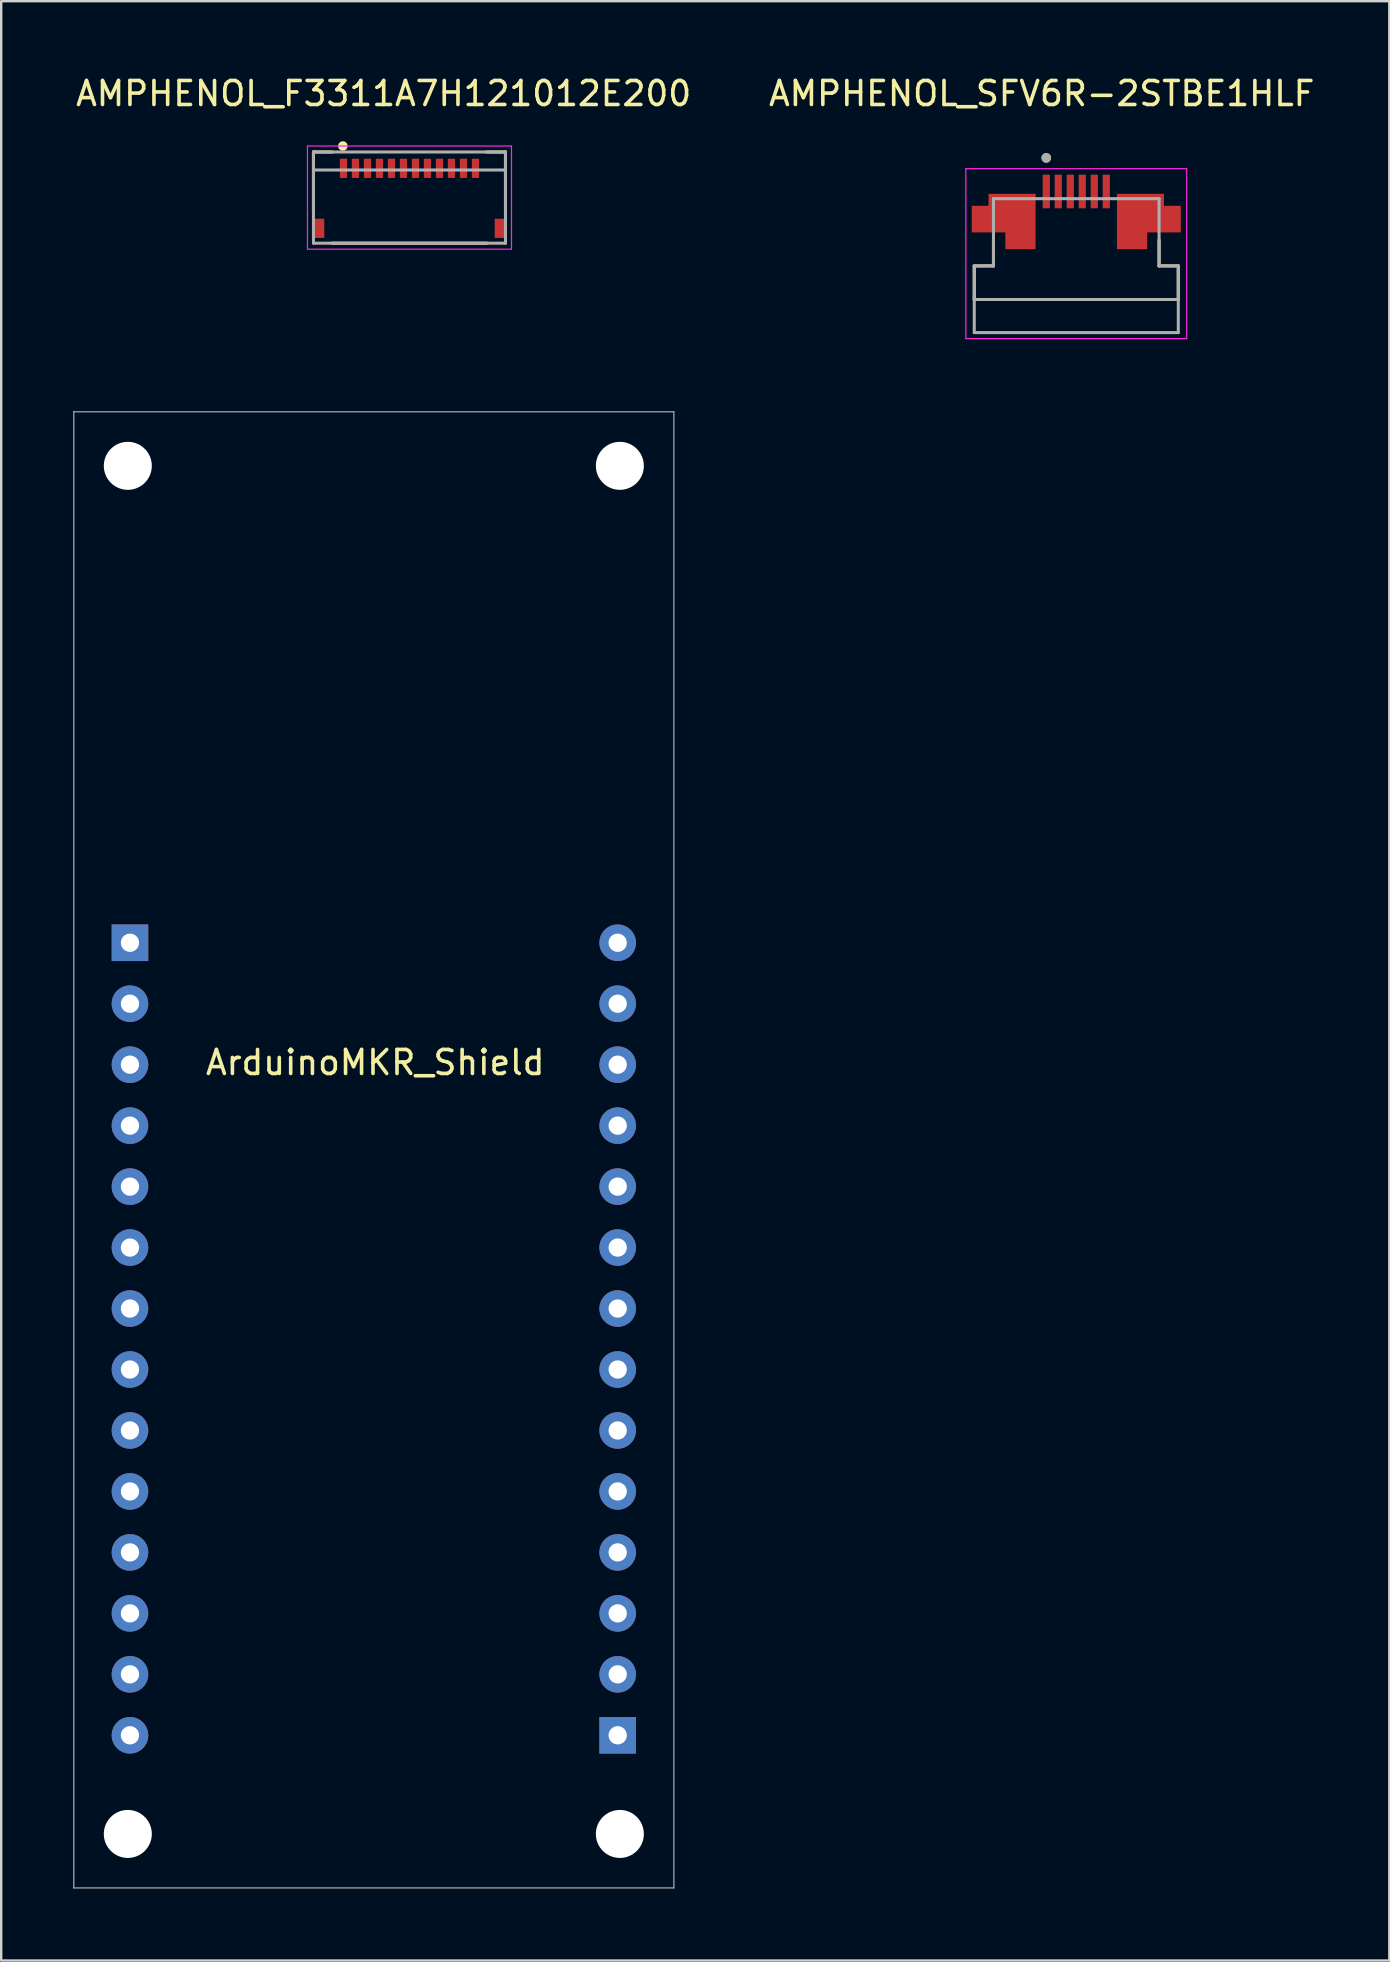
<source format=kicad_pcb>
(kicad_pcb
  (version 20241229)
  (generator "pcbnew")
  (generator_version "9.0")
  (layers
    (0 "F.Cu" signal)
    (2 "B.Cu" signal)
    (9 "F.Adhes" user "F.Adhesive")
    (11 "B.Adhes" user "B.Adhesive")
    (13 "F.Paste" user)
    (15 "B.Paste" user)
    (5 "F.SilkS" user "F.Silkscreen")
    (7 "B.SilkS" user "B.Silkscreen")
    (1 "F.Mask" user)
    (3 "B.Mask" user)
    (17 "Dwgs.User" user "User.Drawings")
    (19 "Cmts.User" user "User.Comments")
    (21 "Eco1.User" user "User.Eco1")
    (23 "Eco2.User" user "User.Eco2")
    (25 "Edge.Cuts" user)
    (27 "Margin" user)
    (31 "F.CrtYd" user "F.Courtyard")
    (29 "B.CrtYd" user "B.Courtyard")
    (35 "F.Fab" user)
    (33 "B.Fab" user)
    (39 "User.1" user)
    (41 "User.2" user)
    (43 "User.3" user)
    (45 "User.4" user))
  (footprint "ArduinoMKR_Shield"
    (layer "F.Cu")
    (at 12.525 44.858)
    (property "Reference" "ArduinoMKR_Shield" (at 0.06 -3.64 0) (layer "F.SilkS") (effects (font (size 1 1) (thickness 0.15))))
    (attr through_hole)
    (fp_line (start -12.5 -30.75) (end -12.5 30.75) (stroke (width 0.05) (type solid)) (layer "F.Fab"))
    (fp_line (start -12.5 -30.75) (end 12.5 -30.75) (stroke (width 0.05) (type solid)) (layer "F.Fab"))
    (fp_line (start -12.5 30.75) (end 12.5 30.75) (stroke (width 0.05) (type solid)) (layer "F.Fab"))
    (fp_line (start 12.5 -30.75) (end 12.5 30.75) (stroke (width 0.05) (type solid)) (layer "F.Fab"))
    (pad "" np_thru_hole circle (at -10.25 -28.5) (size 2 2) (drill 2) (layers "*.Cu" "*.Mask"))
    (pad "" np_thru_hole circle (at -10.25 28.5) (size 2 2) (drill 2) (layers "*.Cu" "*.Mask"))
    (pad "" np_thru_hole circle (at 10.25 -28.5) (size 2 2) (drill 2) (layers "*.Cu" "*.Mask"))
    (pad "" np_thru_hole circle (at 10.25 28.5) (size 2 2) (drill 2) (layers "*.Cu" "*.Mask"))
    (pad "1" thru_hole rect (at -10.16 -8.63) (size 1.524 1.524) (drill 0.762) (layers "*.Cu" "*.Mask"))
    (pad "2" thru_hole circle (at -10.16 -6.09) (size 1.524 1.524) (drill 0.762) (layers "*.Cu" "*.Mask"))
    (pad "3" thru_hole circle (at -10.16 -3.55) (size 1.524 1.524) (drill 0.762) (layers "*.Cu" "*.Mask"))
    (pad "4" thru_hole circle (at -10.16 -1.01) (size 1.524 1.524) (drill 0.762) (layers "*.Cu" "*.Mask"))
    (pad "5" thru_hole circle (at -10.16 1.53) (size 1.524 1.524) (drill 0.762) (layers "*.Cu" "*.Mask"))
    (pad "6" thru_hole circle (at -10.16 4.07) (size 1.524 1.524) (drill 0.762) (layers "*.Cu" "*.Mask"))
    (pad "7" thru_hole circle (at -10.16 6.61) (size 1.524 1.524) (drill 0.762) (layers "*.Cu" "*.Mask"))
    (pad "8" thru_hole circle (at -10.16 9.15) (size 1.524 1.524) (drill 0.762) (layers "*.Cu" "*.Mask"))
    (pad "9" thru_hole circle (at -10.16 11.69) (size 1.524 1.524) (drill 0.762) (layers "*.Cu" "*.Mask"))
    (pad "10" thru_hole circle (at -10.16 14.23) (size 1.524 1.524) (drill 0.762) (layers "*.Cu" "*.Mask"))
    (pad "11" thru_hole circle (at -10.16 16.77) (size 1.524 1.524) (drill 0.762) (layers "*.Cu" "*.Mask"))
    (pad "12" thru_hole circle (at -10.16 19.31) (size 1.524 1.524) (drill 0.762) (layers "*.Cu" "*.Mask"))
    (pad "13" thru_hole circle (at -10.16 21.85) (size 1.524 1.524) (drill 0.762) (layers "*.Cu" "*.Mask"))
    (pad "14" thru_hole circle (at -10.16 24.39) (size 1.524 1.524) (drill 0.762) (layers "*.Cu" "*.Mask"))
    (pad "15" thru_hole circle (at 10.16 -8.63) (size 1.524 1.524) (drill 0.762) (layers "*.Cu" "*.Mask"))
    (pad "16" thru_hole circle (at 10.16 -6.09) (size 1.524 1.524) (drill 0.762) (layers "*.Cu" "*.Mask"))
    (pad "17" thru_hole circle (at 10.16 -3.55) (size 1.524 1.524) (drill 0.762) (layers "*.Cu" "*.Mask"))
    (pad "18" thru_hole circle (at 10.16 -1.01) (size 1.524 1.524) (drill 0.762) (layers "*.Cu" "*.Mask"))
    (pad "19" thru_hole circle (at 10.16 1.53) (size 1.524 1.524) (drill 0.762) (layers "*.Cu" "*.Mask"))
    (pad "20" thru_hole circle (at 10.16 4.07) (size 1.524 1.524) (drill 0.762) (layers "*.Cu" "*.Mask"))
    (pad "21" thru_hole circle (at 10.16 6.61) (size 1.524 1.524) (drill 0.762) (layers "*.Cu" "*.Mask"))
    (pad "22" thru_hole circle (at 10.16 9.15) (size 1.524 1.524) (drill 0.762) (layers "*.Cu" "*.Mask"))
    (pad "23" thru_hole circle (at 10.16 11.69) (size 1.524 1.524) (drill 0.762) (layers "*.Cu" "*.Mask"))
    (pad "24" thru_hole circle (at 10.16 14.23) (size 1.524 1.524) (drill 0.762) (layers "*.Cu" "*.Mask"))
    (pad "25" thru_hole circle (at 10.16 16.77) (size 1.524 1.524) (drill 0.762) (layers "*.Cu" "*.Mask"))
    (pad "26" thru_hole circle (at 10.16 19.31) (size 1.524 1.524) (drill 0.762) (layers "*.Cu" "*.Mask"))
    (pad "27" thru_hole circle (at 10.16 21.85) (size 1.524 1.524) (drill 0.762) (layers "*.Cu" "*.Mask"))
    (pad "28" thru_hole rect (at 10.16 24.39) (size 1.524 1.524) (drill 0.762) (layers "*.Cu" "*.Mask")))
  (footprint "AMPHENOL_SFV6R-2STBE1HLF"
    (layer "F.Cu")
    (at 41.791 7.328)
    (property "Reference" "AMPHENOL_SFV6R-2STBE1HLF" (at -1.44 -6.48 0) (layer "F.SilkS") (effects (font (size 1 1) (thickness 0.15))))
    (attr smd)
    (fp_poly (pts (xy -3.75 -2.4) (xy -1.6 -2.4) (xy -1.6 0.1) (xy -3.05 0.1) (xy -3.05 -0.6) (xy -4.45 -0.6) (xy -4.45 -1.9) (xy -3.75 -1.9)) (stroke (width 0.01) (type solid)) (fill yes) (layer "F.Mask"))
    (fp_poly (pts (xy 3.75 -2.4) (xy 1.6 -2.4) (xy 1.6 0.1) (xy 3.05 0.1) (xy 3.05 -0.6) (xy 4.45 -0.6) (xy 4.45 -1.9) (xy 3.75 -1.9)) (stroke (width 0.01) (type solid)) (fill yes) (layer "F.Mask"))
    (fp_line (start -4.25 0.7) (end -4.25 2.1) (stroke (width 0.127) (type solid)) (layer "F.SilkS"))
    (fp_line (start -4.25 2.1) (end 4.25 2.1) (stroke (width 0.127) (type solid)) (layer "F.SilkS"))
    (fp_line (start -3.45 -0.38) (end -3.45 0.7) (stroke (width 0.127) (type solid)) (layer "F.SilkS"))
    (fp_line (start -3.45 0.7) (end -4.25 0.7) (stroke (width 0.127) (type solid)) (layer "F.SilkS"))
    (fp_line (start 3.45 0.7) (end 3.45 -0.38) (stroke (width 0.127) (type solid)) (layer "F.SilkS"))
    (fp_line (start 4.25 0.7) (end 3.45 0.7) (stroke (width 0.127) (type solid)) (layer "F.SilkS"))
    (fp_line (start 4.25 2.1) (end 4.25 0.7) (stroke (width 0.127) (type solid)) (layer "F.SilkS"))
    (fp_circle (center -1.25 -3.8) (end -1.15 -3.8) (stroke (width 0.2) (type solid)) (fill no) (layer "F.SilkS"))
    (fp_poly (pts (xy -3.65 -2.3) (xy -1.7 -2.3) (xy -1.7 0) (xy -2.95 0) (xy -2.95 -0.7) (xy -4.35 -0.7) (xy -4.35 -1.8) (xy -3.65 -1.8)) (stroke (width 0.01) (type solid)) (fill yes) (layer "F.Paste"))
    (fp_poly (pts (xy 3.65 -2.3) (xy 1.7 -2.3) (xy 1.7 0) (xy 2.95 0) (xy 2.95 -0.7) (xy 4.35 -0.7) (xy 4.35 -1.8) (xy 3.65 -1.8)) (stroke (width 0.01) (type solid)) (fill yes) (layer "F.Paste"))
    (fp_line (start -4.6 -3.35) (end 4.6 -3.35) (stroke (width 0.05) (type solid)) (layer "F.CrtYd"))
    (fp_line (start -4.6 3.73) (end -4.6 -3.35) (stroke (width 0.05) (type solid)) (layer "F.CrtYd"))
    (fp_line (start 4.6 -3.35) (end 4.6 3.73) (stroke (width 0.05) (type solid)) (layer "F.CrtYd"))
    (fp_line (start 4.6 3.73) (end -4.6 3.73) (stroke (width 0.05) (type solid)) (layer "F.CrtYd"))
    (fp_line (start -4.25 0.7) (end -3.45 0.7) (stroke (width 0.127) (type solid)) (layer "F.Fab"))
    (fp_line (start -4.25 2.1) (end -4.25 0.7) (stroke (width 0.127) (type solid)) (layer "F.Fab"))
    (fp_line (start -4.25 2.1) (end -4.25 3.48) (stroke (width 0.127) (type solid)) (layer "F.Fab"))
    (fp_line (start -4.25 3.48) (end 4.25 3.48) (stroke (width 0.127) (type solid)) (layer "F.Fab"))
    (fp_line (start -3.45 -2.1) (end 3.45 -2.1) (stroke (width 0.127) (type solid)) (layer "F.Fab"))
    (fp_line (start -3.45 0.7) (end -3.45 -2.1) (stroke (width 0.127) (type solid)) (layer "F.Fab"))
    (fp_line (start 3.45 -2.1) (end 3.45 0.7) (stroke (width 0.127) (type solid)) (layer "F.Fab"))
    (fp_line (start 3.45 0.7) (end 4.25 0.7) (stroke (width 0.127) (type solid)) (layer "F.Fab"))
    (fp_line (start 4.25 0.7) (end 4.25 2.1) (stroke (width 0.127) (type solid)) (layer "F.Fab"))
    (fp_line (start 4.25 2.1) (end -4.25 2.1) (stroke (width 0.127) (type solid)) (layer "F.Fab"))
    (fp_line (start 4.25 3.48) (end 4.25 2.1) (stroke (width 0.127) (type solid)) (layer "F.Fab"))
    (fp_circle (center -1.25 -3.8) (end -1.15 -3.8) (stroke (width 0.2) (type solid)) (fill no) (layer "F.Fab"))
    (pad "1" smd rect (at -1.25 -2.4) (size 0.3 1.4) (layers "F.Cu" "F.Mask" "F.Paste"))
    (pad "2" smd rect (at -0.75 -2.4) (size 0.3 1.4) (layers "F.Cu" "F.Mask" "F.Paste"))
    (pad "3" smd rect (at -0.25 -2.4) (size 0.3 1.4) (layers "F.Cu" "F.Mask" "F.Paste"))
    (pad "4" smd rect (at 0.25 -2.4) (size 0.3 1.4) (layers "F.Cu" "F.Mask" "F.Paste"))
    (pad "5" smd rect (at 0.75 -2.4) (size 0.3 1.4) (layers "F.Cu" "F.Mask" "F.Paste"))
    (pad "6" smd rect (at 1.25 -2.4) (size 0.3 1.4) (layers "F.Cu" "F.Mask" "F.Paste"))
    (pad "SH1" smd custom (at -2.62 -1.53) (size 1 1) (layers "F.Cu") (options (anchor rect)) (primitives (gr_poly (pts (xy -1.03 -0.77) (xy 0.92 -0.77) (xy 0.92 1.53) (xy -0.33 1.53) (xy -0.33 0.83) (xy -1.73 0.83) (xy -1.73 -0.27) (xy -1.03 -0.27)) (width 0.01) (fill yes))))
    (pad "SH2" smd custom (at 2.62 -1.53) (size 1 1) (layers "F.Cu") (options (anchor rect)) (primitives (gr_poly (pts (xy 1.03 -0.77) (xy -0.92 -0.77) (xy -0.92 1.53) (xy 0.33 1.53) (xy 0.33 0.83) (xy 1.73 0.83) (xy 1.73 -0.27) (xy 1.03 -0.27)) (width 0.01) (fill yes)))))
  (footprint "AMPHENOL_F3311A7H121012E200"
    (layer "F.Cu")
    (at 14.01 5.183)
    (property "Reference" "AMPHENOL_F3311A7H121012E200" (at -1.075 -4.335 0) (layer "F.SilkS") (effects (font (size 1 1) (thickness 0.15))))
    (attr smd)
    (fp_line (start -4 -1.9) (end -4 0.56) (stroke (width 0.127) (type solid)) (layer "F.SilkS"))
    (fp_line (start -4 -1.9) (end -3.22 -1.9) (stroke (width 0.127) (type solid)) (layer "F.SilkS"))
    (fp_line (start -3.23 1.9) (end 3.23 1.9) (stroke (width 0.127) (type solid)) (layer "F.SilkS"))
    (fp_line (start 3.22 -1.9) (end 4 -1.9) (stroke (width 0.127) (type solid)) (layer "F.SilkS"))
    (fp_line (start 4 0.56) (end 4 -1.9) (stroke (width 0.127) (type solid)) (layer "F.SilkS"))
    (fp_circle (center -2.775 -2.15) (end -2.675 -2.15) (stroke (width 0.2) (type solid)) (fill no) (layer "F.SilkS"))
    (fp_line (start -4.25 -2.15) (end -4.25 2.15) (stroke (width 0.05) (type solid)) (layer "F.CrtYd"))
    (fp_line (start -4.25 2.15) (end 4.25 2.15) (stroke (width 0.05) (type solid)) (layer "F.CrtYd"))
    (fp_line (start 4.25 -2.15) (end -4.25 -2.15) (stroke (width 0.05) (type solid)) (layer "F.CrtYd"))
    (fp_line (start 4.25 2.15) (end 4.25 -2.15) (stroke (width 0.05) (type solid)) (layer "F.CrtYd"))
    (fp_line (start -4 -1.9) (end 4 -1.9) (stroke (width 0.127) (type solid)) (layer "F.Fab"))
    (fp_line (start -4 -1.15) (end -4 -1.9) (stroke (width 0.127) (type solid)) (layer "F.Fab"))
    (fp_line (start -4 -1.15) (end -4 1.9) (stroke (width 0.127) (type solid)) (layer "F.Fab"))
    (fp_line (start -4 1.9) (end 4 1.9) (stroke (width 0.127) (type solid)) (layer "F.Fab"))
    (fp_line (start 4 -1.9) (end 4 -1.15) (stroke (width 0.127) (type solid)) (layer "F.Fab"))
    (fp_line (start 4 -1.15) (end -4 -1.15) (stroke (width 0.127) (type solid)) (layer "F.Fab"))
    (fp_line (start 4 1.9) (end 4 -1.15) (stroke (width 0.127) (type solid)) (layer "F.Fab"))
    (pad "1" smd rect (at -2.75 -1.22) (size 0.3 0.8) (layers "F.Cu" "F.Mask" "F.Paste"))
    (pad "2" smd rect (at -2.25 -1.22) (size 0.3 0.8) (layers "F.Cu" "F.Mask" "F.Paste"))
    (pad "3" smd rect (at -1.75 -1.22) (size 0.3 0.8) (layers "F.Cu" "F.Mask" "F.Paste"))
    (pad "4" smd rect (at -1.25 -1.22) (size 0.3 0.8) (layers "F.Cu" "F.Mask" "F.Paste"))
    (pad "5" smd rect (at -0.75 -1.22) (size 0.3 0.8) (layers "F.Cu" "F.Mask" "F.Paste"))
    (pad "6" smd rect (at -0.25 -1.22) (size 0.3 0.8) (layers "F.Cu" "F.Mask" "F.Paste"))
    (pad "7" smd rect (at 0.25 -1.22) (size 0.3 0.8) (layers "F.Cu" "F.Mask" "F.Paste"))
    (pad "8" smd rect (at 0.75 -1.22) (size 0.3 0.8) (layers "F.Cu" "F.Mask" "F.Paste"))
    (pad "9" smd rect (at 1.25 -1.22) (size 0.3 0.8) (layers "F.Cu" "F.Mask" "F.Paste"))
    (pad "10" smd rect (at 1.75 -1.22) (size 0.3 0.8) (layers "F.Cu" "F.Mask" "F.Paste"))
    (pad "11" smd rect (at 2.25 -1.22) (size 0.3 0.8) (layers "F.Cu" "F.Mask" "F.Paste"))
    (pad "12" smd rect (at 2.75 -1.22) (size 0.3 0.8) (layers "F.Cu" "F.Mask" "F.Paste"))
    (pad "SH1" smd rect (at -3.75 1.28) (size 0.4 0.8) (layers "F.Cu" "F.Mask" "F.Paste"))
    (pad "SH2" smd rect (at 3.75 1.28) (size 0.4 0.8) (layers "F.Cu" "F.Mask" "F.Paste")))
  (gr_rect
    (start -3 -3)
    (end 54.833 78.633)
    (stroke (width 0.1) (type default))
    (fill no)
    (layer "Edge.Cuts")))
</source>
